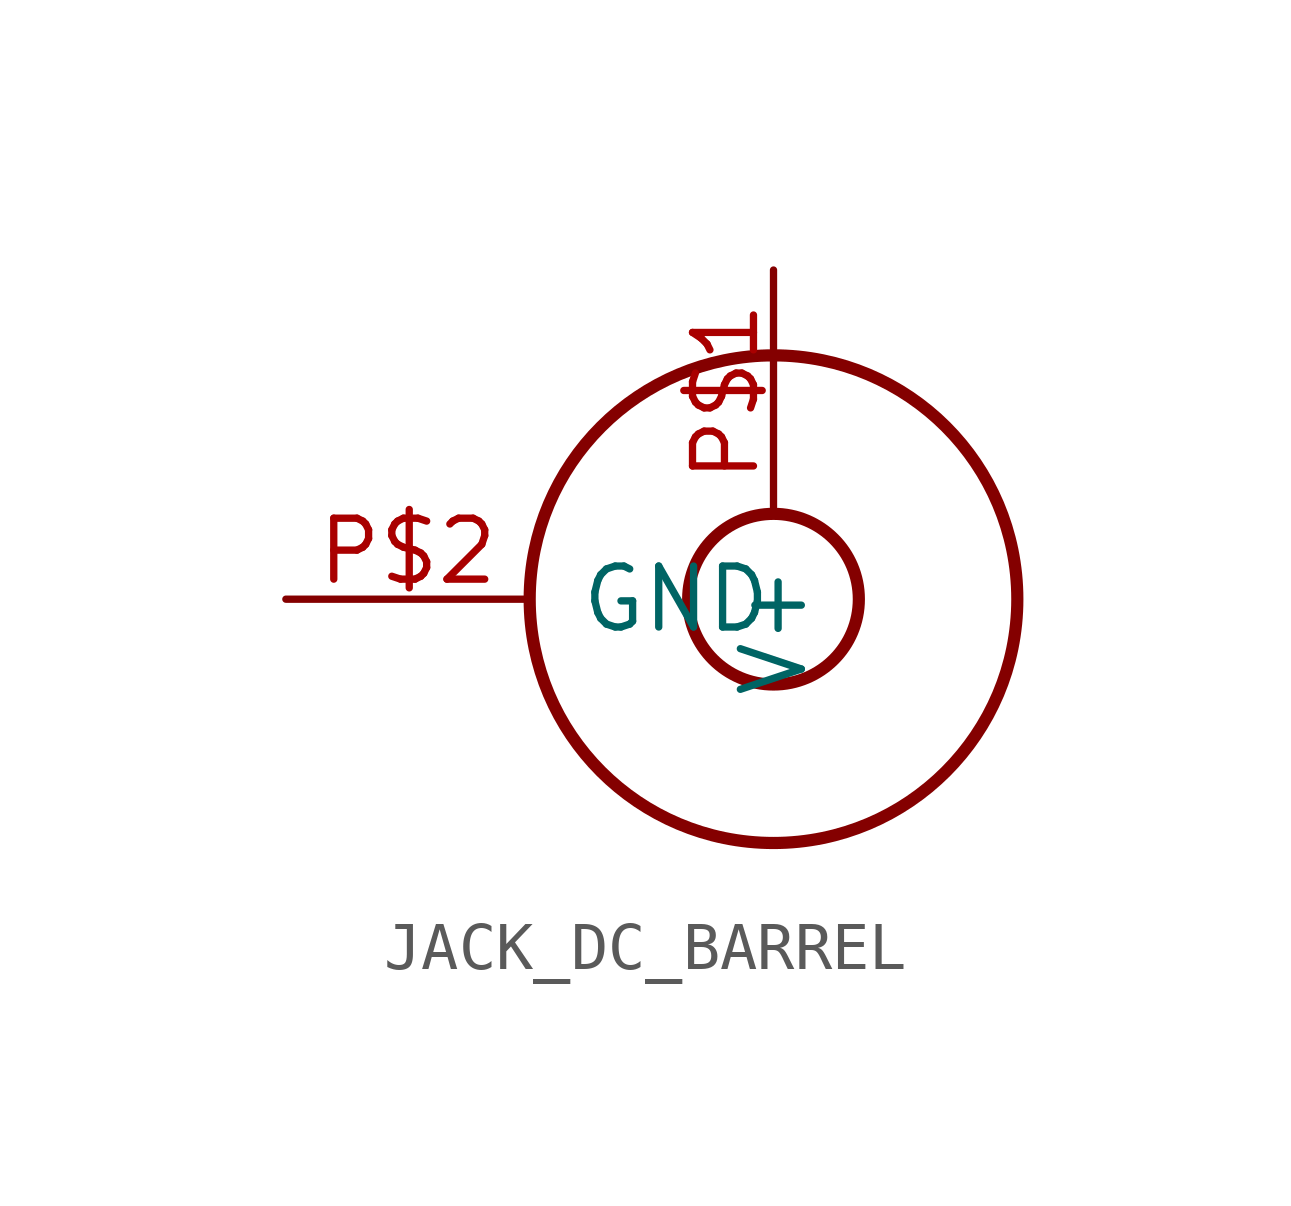
<source format=kicad_sym>
(kicad_symbol_lib
  (version 20211014)
  (generator kicad_symbol_editor)
  (symbol "JACK_DC_BARREL"
    (pin_names
      (offset 1.016))
    (property "Reference" ""
      (at 0 0 0)
      (effects (font (size 1.27 1.27)) hide))
    (property "ki_locked" ""
      (at 0 0 0)
      (effects (font (size 1.27 1.27))))
    (symbol "JACK_DC_BARREL_1_0"
      (circle (center 0 0) (radius 1.778) (stroke (width 0.254) (type default) (color 0 0 0 0)) (fill (type none)))
      (circle (center 0 0) (radius 5.08) (stroke (width 0.254) (type default) (color 0 0 0 0)) (fill (type none)))
      (pin bidirectional line (at 0 6.858 270) (length 5.08) (name "V+" (effects (font (size 1.27 1.27)))) (number "P$1" (effects (font (size 1.27 1.27)))))
      (pin bidirectional line (at -10.16 0 0) (length 5.08) (name "GND" (effects (font (size 1.27 1.27)))) (number "P$2" (effects (font (size 1.27 1.27))))))))
</source>
